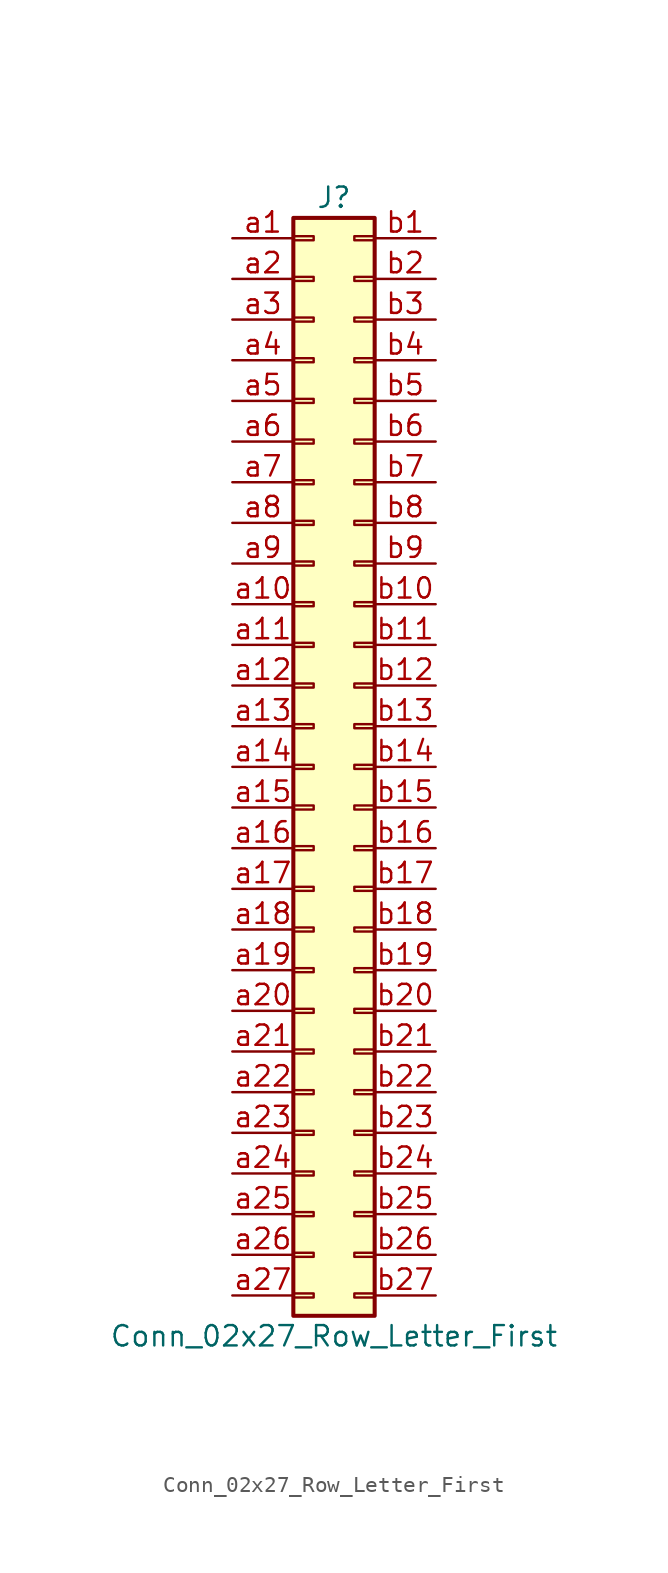
<source format=kicad_sym>
(kicad_symbol_lib
  (version 20211014)
  (generator kicad_symbol_editor)
  (symbol "Conn_02x27_Row_Letter_First"
    (pin_names
      (offset 1.016) hide)
    (property "Reference" "J"
      (at 1.27 35.56 0)
      (effects (font (size 1.27 1.27))))
    (property "Value" "Conn_02x27_Row_Letter_First"
      (at 1.27 -35.56 0)
      (effects (font (size 1.27 1.27))))
    (symbol "Conn_02x27_Row_Letter_First_1_1"
      (rectangle (start -1.27 -32.893) (end 0 -33.147) (stroke (width 0.152) (type default) (color 0 0 0 0)) (fill (type none)))
      (rectangle (start -1.27 -30.353) (end 0 -30.607) (stroke (width 0.152) (type default) (color 0 0 0 0)) (fill (type none)))
      (rectangle (start -1.27 -27.813) (end 0 -28.067) (stroke (width 0.152) (type default) (color 0 0 0 0)) (fill (type none)))
      (rectangle (start -1.27 -25.273) (end 0 -25.527) (stroke (width 0.152) (type default) (color 0 0 0 0)) (fill (type none)))
      (rectangle (start -1.27 -22.733) (end 0 -22.987) (stroke (width 0.152) (type default) (color 0 0 0 0)) (fill (type none)))
      (rectangle (start -1.27 -20.193) (end 0 -20.447) (stroke (width 0.152) (type default) (color 0 0 0 0)) (fill (type none)))
      (rectangle (start -1.27 -17.653) (end 0 -17.907) (stroke (width 0.152) (type default) (color 0 0 0 0)) (fill (type none)))
      (rectangle (start -1.27 -15.113) (end 0 -15.367) (stroke (width 0.152) (type default) (color 0 0 0 0)) (fill (type none)))
      (rectangle (start -1.27 -12.573) (end 0 -12.827) (stroke (width 0.152) (type default) (color 0 0 0 0)) (fill (type none)))
      (rectangle (start -1.27 -10.033) (end 0 -10.287) (stroke (width 0.152) (type default) (color 0 0 0 0)) (fill (type none)))
      (rectangle (start -1.27 -7.493) (end 0 -7.747) (stroke (width 0.152) (type default) (color 0 0 0 0)) (fill (type none)))
      (rectangle (start -1.27 -4.953) (end 0 -5.207) (stroke (width 0.152) (type default) (color 0 0 0 0)) (fill (type none)))
      (rectangle (start -1.27 -2.413) (end 0 -2.667) (stroke (width 0.152) (type default) (color 0 0 0 0)) (fill (type none)))
      (rectangle (start -1.27 0.127) (end 0 -0.127) (stroke (width 0.152) (type default) (color 0 0 0 0)) (fill (type none)))
      (rectangle (start -1.27 2.667) (end 0 2.413) (stroke (width 0.152) (type default) (color 0 0 0 0)) (fill (type none)))
      (rectangle (start -1.27 5.207) (end 0 4.953) (stroke (width 0.152) (type default) (color 0 0 0 0)) (fill (type none)))
      (rectangle (start -1.27 7.747) (end 0 7.493) (stroke (width 0.152) (type default) (color 0 0 0 0)) (fill (type none)))
      (rectangle (start -1.27 10.287) (end 0 10.033) (stroke (width 0.152) (type default) (color 0 0 0 0)) (fill (type none)))
      (rectangle (start -1.27 12.827) (end 0 12.573) (stroke (width 0.152) (type default) (color 0 0 0 0)) (fill (type none)))
      (rectangle (start -1.27 15.367) (end 0 15.113) (stroke (width 0.152) (type default) (color 0 0 0 0)) (fill (type none)))
      (rectangle (start -1.27 17.907) (end 0 17.653) (stroke (width 0.152) (type default) (color 0 0 0 0)) (fill (type none)))
      (rectangle (start -1.27 20.447) (end 0 20.193) (stroke (width 0.152) (type default) (color 0 0 0 0)) (fill (type none)))
      (rectangle (start -1.27 22.987) (end 0 22.733) (stroke (width 0.152) (type default) (color 0 0 0 0)) (fill (type none)))
      (rectangle (start -1.27 25.527) (end 0 25.273) (stroke (width 0.152) (type default) (color 0 0 0 0)) (fill (type none)))
      (rectangle (start -1.27 28.067) (end 0 27.813) (stroke (width 0.152) (type default) (color 0 0 0 0)) (fill (type none)))
      (rectangle (start -1.27 30.607) (end 0 30.353) (stroke (width 0.152) (type default) (color 0 0 0 0)) (fill (type none)))
      (rectangle (start -1.27 33.147) (end 0 32.893) (stroke (width 0.152) (type default) (color 0 0 0 0)) (fill (type none)))
      (rectangle (start -1.27 34.29) (end 3.81 -34.29) (stroke (width 0.254) (type default) (color 0 0 0 0)) (fill (type background)))
      (rectangle (start 3.81 -32.893) (end 2.54 -33.147) (stroke (width 0.152) (type default) (color 0 0 0 0)) (fill (type none)))
      (rectangle (start 3.81 -30.353) (end 2.54 -30.607) (stroke (width 0.152) (type default) (color 0 0 0 0)) (fill (type none)))
      (rectangle (start 3.81 -27.813) (end 2.54 -28.067) (stroke (width 0.152) (type default) (color 0 0 0 0)) (fill (type none)))
      (rectangle (start 3.81 -25.273) (end 2.54 -25.527) (stroke (width 0.152) (type default) (color 0 0 0 0)) (fill (type none)))
      (rectangle (start 3.81 -22.733) (end 2.54 -22.987) (stroke (width 0.152) (type default) (color 0 0 0 0)) (fill (type none)))
      (rectangle (start 3.81 -20.193) (end 2.54 -20.447) (stroke (width 0.152) (type default) (color 0 0 0 0)) (fill (type none)))
      (rectangle (start 3.81 -17.653) (end 2.54 -17.907) (stroke (width 0.152) (type default) (color 0 0 0 0)) (fill (type none)))
      (rectangle (start 3.81 -15.113) (end 2.54 -15.367) (stroke (width 0.152) (type default) (color 0 0 0 0)) (fill (type none)))
      (rectangle (start 3.81 -12.573) (end 2.54 -12.827) (stroke (width 0.152) (type default) (color 0 0 0 0)) (fill (type none)))
      (rectangle (start 3.81 -10.033) (end 2.54 -10.287) (stroke (width 0.152) (type default) (color 0 0 0 0)) (fill (type none)))
      (rectangle (start 3.81 -7.493) (end 2.54 -7.747) (stroke (width 0.152) (type default) (color 0 0 0 0)) (fill (type none)))
      (rectangle (start 3.81 -4.953) (end 2.54 -5.207) (stroke (width 0.152) (type default) (color 0 0 0 0)) (fill (type none)))
      (rectangle (start 3.81 -2.413) (end 2.54 -2.667) (stroke (width 0.152) (type default) (color 0 0 0 0)) (fill (type none)))
      (rectangle (start 3.81 0.127) (end 2.54 -0.127) (stroke (width 0.152) (type default) (color 0 0 0 0)) (fill (type none)))
      (rectangle (start 3.81 2.667) (end 2.54 2.413) (stroke (width 0.152) (type default) (color 0 0 0 0)) (fill (type none)))
      (rectangle (start 3.81 5.207) (end 2.54 4.953) (stroke (width 0.152) (type default) (color 0 0 0 0)) (fill (type none)))
      (rectangle (start 3.81 7.747) (end 2.54 7.493) (stroke (width 0.152) (type default) (color 0 0 0 0)) (fill (type none)))
      (rectangle (start 3.81 10.287) (end 2.54 10.033) (stroke (width 0.152) (type default) (color 0 0 0 0)) (fill (type none)))
      (rectangle (start 3.81 12.827) (end 2.54 12.573) (stroke (width 0.152) (type default) (color 0 0 0 0)) (fill (type none)))
      (rectangle (start 3.81 15.367) (end 2.54 15.113) (stroke (width 0.152) (type default) (color 0 0 0 0)) (fill (type none)))
      (rectangle (start 3.81 17.907) (end 2.54 17.653) (stroke (width 0.152) (type default) (color 0 0 0 0)) (fill (type none)))
      (rectangle (start 3.81 20.447) (end 2.54 20.193) (stroke (width 0.152) (type default) (color 0 0 0 0)) (fill (type none)))
      (rectangle (start 3.81 22.987) (end 2.54 22.733) (stroke (width 0.152) (type default) (color 0 0 0 0)) (fill (type none)))
      (rectangle (start 3.81 25.527) (end 2.54 25.273) (stroke (width 0.152) (type default) (color 0 0 0 0)) (fill (type none)))
      (rectangle (start 3.81 28.067) (end 2.54 27.813) (stroke (width 0.152) (type default) (color 0 0 0 0)) (fill (type none)))
      (rectangle (start 3.81 30.607) (end 2.54 30.353) (stroke (width 0.152) (type default) (color 0 0 0 0)) (fill (type none)))
      (rectangle (start 3.81 33.147) (end 2.54 32.893) (stroke (width 0.152) (type default) (color 0 0 0 0)) (fill (type none)))
      (pin passive line (at -5.08 33.02 0) (length 3.81) (name "Pin_a1" (effects (font (size 1.27 1.27)))) (number "a1" (effects (font (size 1.27 1.27)))))
      (pin passive line (at -5.08 10.16 0) (length 3.81) (name "Pin_a10" (effects (font (size 1.27 1.27)))) (number "a10" (effects (font (size 1.27 1.27)))))
      (pin passive line (at -5.08 7.62 0) (length 3.81) (name "Pin_a11" (effects (font (size 1.27 1.27)))) (number "a11" (effects (font (size 1.27 1.27)))))
      (pin passive line (at -5.08 5.08 0) (length 3.81) (name "Pin_a12" (effects (font (size 1.27 1.27)))) (number "a12" (effects (font (size 1.27 1.27)))))
      (pin passive line (at -5.08 2.54 0) (length 3.81) (name "Pin_a13" (effects (font (size 1.27 1.27)))) (number "a13" (effects (font (size 1.27 1.27)))))
      (pin passive line (at -5.08 0 0) (length 3.81) (name "Pin_a14" (effects (font (size 1.27 1.27)))) (number "a14" (effects (font (size 1.27 1.27)))))
      (pin passive line (at -5.08 -2.54 0) (length 3.81) (name "Pin_a15" (effects (font (size 1.27 1.27)))) (number "a15" (effects (font (size 1.27 1.27)))))
      (pin passive line (at -5.08 -5.08 0) (length 3.81) (name "Pin_a16" (effects (font (size 1.27 1.27)))) (number "a16" (effects (font (size 1.27 1.27)))))
      (pin passive line (at -5.08 -7.62 0) (length 3.81) (name "Pin_a17" (effects (font (size 1.27 1.27)))) (number "a17" (effects (font (size 1.27 1.27)))))
      (pin passive line (at -5.08 -10.16 0) (length 3.81) (name "Pin_a18" (effects (font (size 1.27 1.27)))) (number "a18" (effects (font (size 1.27 1.27)))))
      (pin passive line (at -5.08 -12.7 0) (length 3.81) (name "Pin_a19" (effects (font (size 1.27 1.27)))) (number "a19" (effects (font (size 1.27 1.27)))))
      (pin passive line (at -5.08 30.48 0) (length 3.81) (name "Pin_a2" (effects (font (size 1.27 1.27)))) (number "a2" (effects (font (size 1.27 1.27)))))
      (pin passive line (at -5.08 -15.24 0) (length 3.81) (name "Pin_a20" (effects (font (size 1.27 1.27)))) (number "a20" (effects (font (size 1.27 1.27)))))
      (pin passive line (at -5.08 -17.78 0) (length 3.81) (name "Pin_a21" (effects (font (size 1.27 1.27)))) (number "a21" (effects (font (size 1.27 1.27)))))
      (pin passive line (at -5.08 -20.32 0) (length 3.81) (name "Pin_a22" (effects (font (size 1.27 1.27)))) (number "a22" (effects (font (size 1.27 1.27)))))
      (pin passive line (at -5.08 -22.86 0) (length 3.81) (name "Pin_a23" (effects (font (size 1.27 1.27)))) (number "a23" (effects (font (size 1.27 1.27)))))
      (pin passive line (at -5.08 -25.4 0) (length 3.81) (name "Pin_a24" (effects (font (size 1.27 1.27)))) (number "a24" (effects (font (size 1.27 1.27)))))
      (pin passive line (at -5.08 -27.94 0) (length 3.81) (name "Pin_a25" (effects (font (size 1.27 1.27)))) (number "a25" (effects (font (size 1.27 1.27)))))
      (pin passive line (at -5.08 -30.48 0) (length 3.81) (name "Pin_a26" (effects (font (size 1.27 1.27)))) (number "a26" (effects (font (size 1.27 1.27)))))
      (pin passive line (at -5.08 -33.02 0) (length 3.81) (name "Pin_a27" (effects (font (size 1.27 1.27)))) (number "a27" (effects (font (size 1.27 1.27)))))
      (pin passive line (at -5.08 27.94 0) (length 3.81) (name "Pin_a3" (effects (font (size 1.27 1.27)))) (number "a3" (effects (font (size 1.27 1.27)))))
      (pin passive line (at -5.08 25.4 0) (length 3.81) (name "Pin_a4" (effects (font (size 1.27 1.27)))) (number "a4" (effects (font (size 1.27 1.27)))))
      (pin passive line (at -5.08 22.86 0) (length 3.81) (name "Pin_a5" (effects (font (size 1.27 1.27)))) (number "a5" (effects (font (size 1.27 1.27)))))
      (pin passive line (at -5.08 20.32 0) (length 3.81) (name "Pin_a6" (effects (font (size 1.27 1.27)))) (number "a6" (effects (font (size 1.27 1.27)))))
      (pin passive line (at -5.08 17.78 0) (length 3.81) (name "Pin_a7" (effects (font (size 1.27 1.27)))) (number "a7" (effects (font (size 1.27 1.27)))))
      (pin passive line (at -5.08 15.24 0) (length 3.81) (name "Pin_a8" (effects (font (size 1.27 1.27)))) (number "a8" (effects (font (size 1.27 1.27)))))
      (pin passive line (at -5.08 12.7 0) (length 3.81) (name "Pin_a9" (effects (font (size 1.27 1.27)))) (number "a9" (effects (font (size 1.27 1.27)))))
      (pin passive line (at 7.62 33.02 180) (length 3.81) (name "Pin_b1" (effects (font (size 1.27 1.27)))) (number "b1" (effects (font (size 1.27 1.27)))))
      (pin passive line (at 7.62 10.16 180) (length 3.81) (name "Pin_b10" (effects (font (size 1.27 1.27)))) (number "b10" (effects (font (size 1.27 1.27)))))
      (pin passive line (at 7.62 7.62 180) (length 3.81) (name "Pin_b11" (effects (font (size 1.27 1.27)))) (number "b11" (effects (font (size 1.27 1.27)))))
      (pin passive line (at 7.62 5.08 180) (length 3.81) (name "Pin_b12" (effects (font (size 1.27 1.27)))) (number "b12" (effects (font (size 1.27 1.27)))))
      (pin passive line (at 7.62 2.54 180) (length 3.81) (name "Pin_b13" (effects (font (size 1.27 1.27)))) (number "b13" (effects (font (size 1.27 1.27)))))
      (pin passive line (at 7.62 0 180) (length 3.81) (name "Pin_b14" (effects (font (size 1.27 1.27)))) (number "b14" (effects (font (size 1.27 1.27)))))
      (pin passive line (at 7.62 -2.54 180) (length 3.81) (name "Pin_b15" (effects (font (size 1.27 1.27)))) (number "b15" (effects (font (size 1.27 1.27)))))
      (pin passive line (at 7.62 -5.08 180) (length 3.81) (name "Pin_b16" (effects (font (size 1.27 1.27)))) (number "b16" (effects (font (size 1.27 1.27)))))
      (pin passive line (at 7.62 -7.62 180) (length 3.81) (name "Pin_b17" (effects (font (size 1.27 1.27)))) (number "b17" (effects (font (size 1.27 1.27)))))
      (pin passive line (at 7.62 -10.16 180) (length 3.81) (name "Pin_b18" (effects (font (size 1.27 1.27)))) (number "b18" (effects (font (size 1.27 1.27)))))
      (pin passive line (at 7.62 -12.7 180) (length 3.81) (name "Pin_b19" (effects (font (size 1.27 1.27)))) (number "b19" (effects (font (size 1.27 1.27)))))
      (pin passive line (at 7.62 30.48 180) (length 3.81) (name "Pin_b2" (effects (font (size 1.27 1.27)))) (number "b2" (effects (font (size 1.27 1.27)))))
      (pin passive line (at 7.62 -15.24 180) (length 3.81) (name "Pin_b20" (effects (font (size 1.27 1.27)))) (number "b20" (effects (font (size 1.27 1.27)))))
      (pin passive line (at 7.62 -17.78 180) (length 3.81) (name "Pin_b21" (effects (font (size 1.27 1.27)))) (number "b21" (effects (font (size 1.27 1.27)))))
      (pin passive line (at 7.62 -20.32 180) (length 3.81) (name "Pin_b22" (effects (font (size 1.27 1.27)))) (number "b22" (effects (font (size 1.27 1.27)))))
      (pin passive line (at 7.62 -22.86 180) (length 3.81) (name "Pin_b23" (effects (font (size 1.27 1.27)))) (number "b23" (effects (font (size 1.27 1.27)))))
      (pin passive line (at 7.62 -25.4 180) (length 3.81) (name "Pin_b24" (effects (font (size 1.27 1.27)))) (number "b24" (effects (font (size 1.27 1.27)))))
      (pin passive line (at 7.62 -27.94 180) (length 3.81) (name "Pin_b25" (effects (font (size 1.27 1.27)))) (number "b25" (effects (font (size 1.27 1.27)))))
      (pin passive line (at 7.62 -30.48 180) (length 3.81) (name "Pin_b26" (effects (font (size 1.27 1.27)))) (number "b26" (effects (font (size 1.27 1.27)))))
      (pin passive line (at 7.62 -33.02 180) (length 3.81) (name "Pin_b27" (effects (font (size 1.27 1.27)))) (number "b27" (effects (font (size 1.27 1.27)))))
      (pin passive line (at 7.62 27.94 180) (length 3.81) (name "Pin_b3" (effects (font (size 1.27 1.27)))) (number "b3" (effects (font (size 1.27 1.27)))))
      (pin passive line (at 7.62 25.4 180) (length 3.81) (name "Pin_b4" (effects (font (size 1.27 1.27)))) (number "b4" (effects (font (size 1.27 1.27)))))
      (pin passive line (at 7.62 22.86 180) (length 3.81) (name "Pin_b5" (effects (font (size 1.27 1.27)))) (number "b5" (effects (font (size 1.27 1.27)))))
      (pin passive line (at 7.62 20.32 180) (length 3.81) (name "Pin_b6" (effects (font (size 1.27 1.27)))) (number "b6" (effects (font (size 1.27 1.27)))))
      (pin passive line (at 7.62 17.78 180) (length 3.81) (name "Pin_b7" (effects (font (size 1.27 1.27)))) (number "b7" (effects (font (size 1.27 1.27)))))
      (pin passive line (at 7.62 15.24 180) (length 3.81) (name "Pin_b8" (effects (font (size 1.27 1.27)))) (number "b8" (effects (font (size 1.27 1.27)))))
      (pin passive line (at 7.62 12.7 180) (length 3.81) (name "Pin_b9" (effects (font (size 1.27 1.27)))) (number "b9" (effects (font (size 1.27 1.27))))))))
</source>
